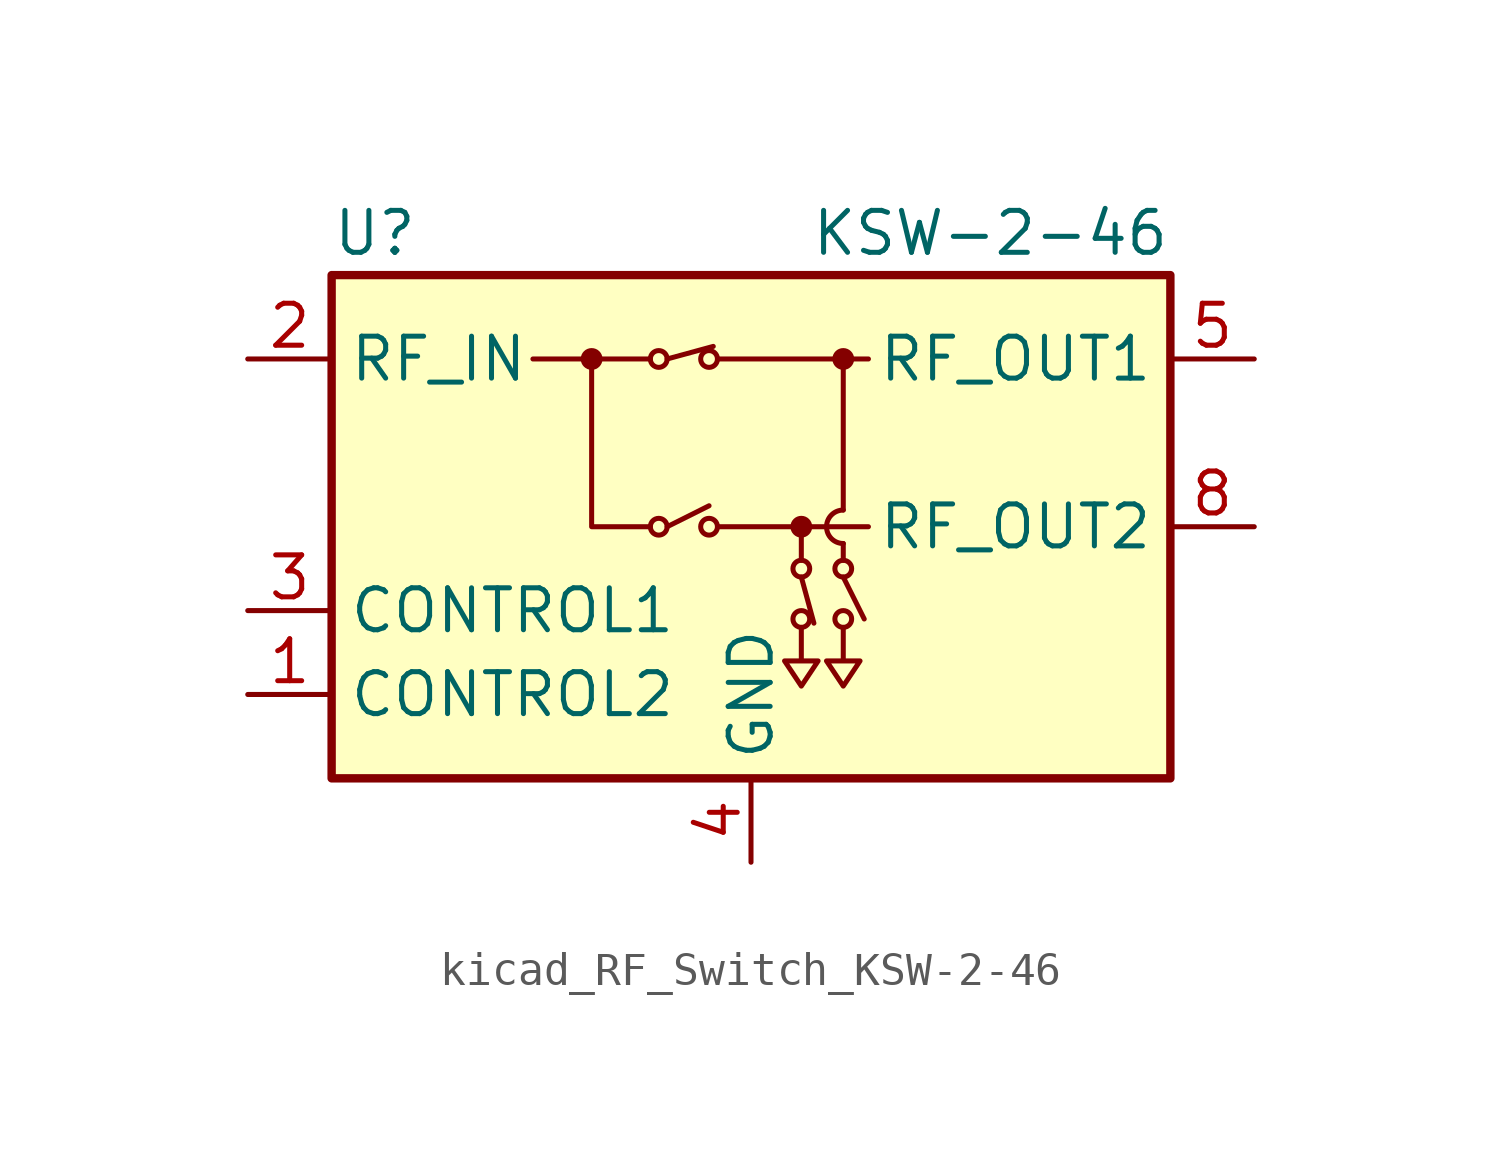
<source format=kicad_sym>
(kicad_symbol_lib
  (version 20220914)
  (generator kicad_symbol_editor)
  (symbol "kicad_RF_Switch_KSW-2-46"
    (property "Reference" "U"
      (at -12.7 8.89 0)
      (effects (font (size 1.27 1.27)) (justify left)))
    (property "Value" "KSW-2-46"
      (at 12.7 8.89 0)
      (effects (font (size 1.27 1.27)) (justify right)))
    (symbol "kicad_RF_Switch_KSW-2-46_0_1"
      (rectangle (start -12.7 7.62) (end 12.7 -7.62) (stroke (width 0.254) (type default)) (fill (type background)))
      (circle (center -4.826 5.08) (radius 0.254) (stroke (width 0) (type default)) (fill (type outline)))
      (circle (center -2.794 0) (radius 0.254) (stroke (width 0) (type default)) (fill (type none)))
      (circle (center -2.794 5.08) (radius 0.254) (stroke (width 0) (type default)) (fill (type none)))
      (circle (center -1.27 0) (radius 0.254) (stroke (width 0) (type default)) (fill (type none)))
      (circle (center -1.27 5.08) (radius 0.254) (stroke (width 0) (type default)) (fill (type none)))
      (polyline (pts (xy -3.048 5.08) (xy -6.604 5.08)) (stroke (width 0) (type default)) (fill (type none)))
      (polyline (pts (xy -2.54 0) (xy -1.27 0.635)) (stroke (width 0) (type default)) (fill (type none)))
      (polyline (pts (xy -2.54 5.08) (xy -1.143 5.461)) (stroke (width 0) (type default)) (fill (type none)))
      (polyline (pts (xy -1.016 0) (xy 3.556 0)) (stroke (width 0) (type default)) (fill (type none)))
      (polyline (pts (xy -1.016 5.08) (xy 3.556 5.08)) (stroke (width 0) (type default)) (fill (type none)))
      (polyline (pts (xy 1.524 -1.524) (xy 1.905 -2.921)) (stroke (width 0) (type default)) (fill (type none)))
      (polyline (pts (xy 1.524 -1.016) (xy 1.524 0)) (stroke (width 0) (type default)) (fill (type none)))
      (polyline (pts (xy 2.794 -1.524) (xy 3.429 -2.794)) (stroke (width 0) (type default)) (fill (type none)))
      (polyline (pts (xy 2.794 -0.508) (xy 2.794 -1.016)) (stroke (width 0) (type default)) (fill (type none)))
      (polyline (pts (xy 2.794 5.08) (xy 2.794 0.508)) (stroke (width 0) (type default)) (fill (type none)))
      (polyline (pts (xy -4.826 5.08) (xy -4.826 0) (xy -3.048 0)) (stroke (width 0) (type default)) (fill (type none)))
      (polyline (pts (xy 1.524 -3.048) (xy 1.524 -4.064) (xy 1.016 -4.064) (xy 1.524 -4.826) (xy 2.032 -4.064) (xy 1.524 -4.064)) (stroke (width 0) (type default)) (fill (type none)))
      (polyline (pts (xy 2.794 -3.048) (xy 2.794 -4.064) (xy 2.286 -4.064) (xy 2.794 -4.826) (xy 3.302 -4.064) (xy 2.794 -4.064)) (stroke (width 0) (type default)) (fill (type none)))
      (circle (center 1.524 -2.794) (radius 0.254) (stroke (width 0) (type default)) (fill (type none)))
      (circle (center 1.524 -1.27) (radius 0.254) (stroke (width 0) (type default)) (fill (type none)))
      (circle (center 1.524 0) (radius 0.254) (stroke (width 0) (type default)) (fill (type outline)))
      (circle (center 2.794 -2.794) (radius 0.254) (stroke (width 0) (type default)) (fill (type none)))
      (circle (center 2.794 -1.27) (radius 0.254) (stroke (width 0) (type default)) (fill (type none)))
      (arc (start 2.794 0.508) (mid 2.2882 0) (end 2.794 -0.508) (stroke (width 0) (type default)) (fill (type none)))
      (circle (center 2.794 5.08) (radius 0.254) (stroke (width 0) (type default)) (fill (type outline))))
    (symbol "kicad_RF_Switch_KSW-2-46_1_1"
      (pin input line (at -15.24 -5.08 0) (length 2.54) (name "CONTROL2" (effects (font (size 1.27 1.27)))) (number "1" (effects (font (size 1.27 1.27)))))
      (pin passive line (at -15.24 5.08 0) (length 2.54) (name "RF_IN" (effects (font (size 1.27 1.27)))) (number "2" (effects (font (size 1.27 1.27)))))
      (pin input line (at -15.24 -2.54 0) (length 2.54) (name "CONTROL1" (effects (font (size 1.27 1.27)))) (number "3" (effects (font (size 1.27 1.27)))))
      (pin power_in line (at 0 -10.16 90) (length 2.54) (name "GND" (effects (font (size 1.27 1.27)))) (number "4" (effects (font (size 1.27 1.27)))))
      (pin passive line (at 15.24 5.08 180) (length 2.54) (name "RF_OUT1" (effects (font (size 1.27 1.27)))) (number "5" (effects (font (size 1.27 1.27)))))
      (pin passive line (at 0 -10.16 90) (length 2.54) hide (name "GND" (effects (font (size 1.27 1.27)))) (number "6" (effects (font (size 1.27 1.27)))))
      (pin passive line (at 0 -10.16 90) (length 2.54) hide (name "GND" (effects (font (size 1.27 1.27)))) (number "7" (effects (font (size 1.27 1.27)))))
      (pin passive line (at 15.24 0 180) (length 2.54) (name "RF_OUT2" (effects (font (size 1.27 1.27)))) (number "8" (effects (font (size 1.27 1.27))))))))
</source>
